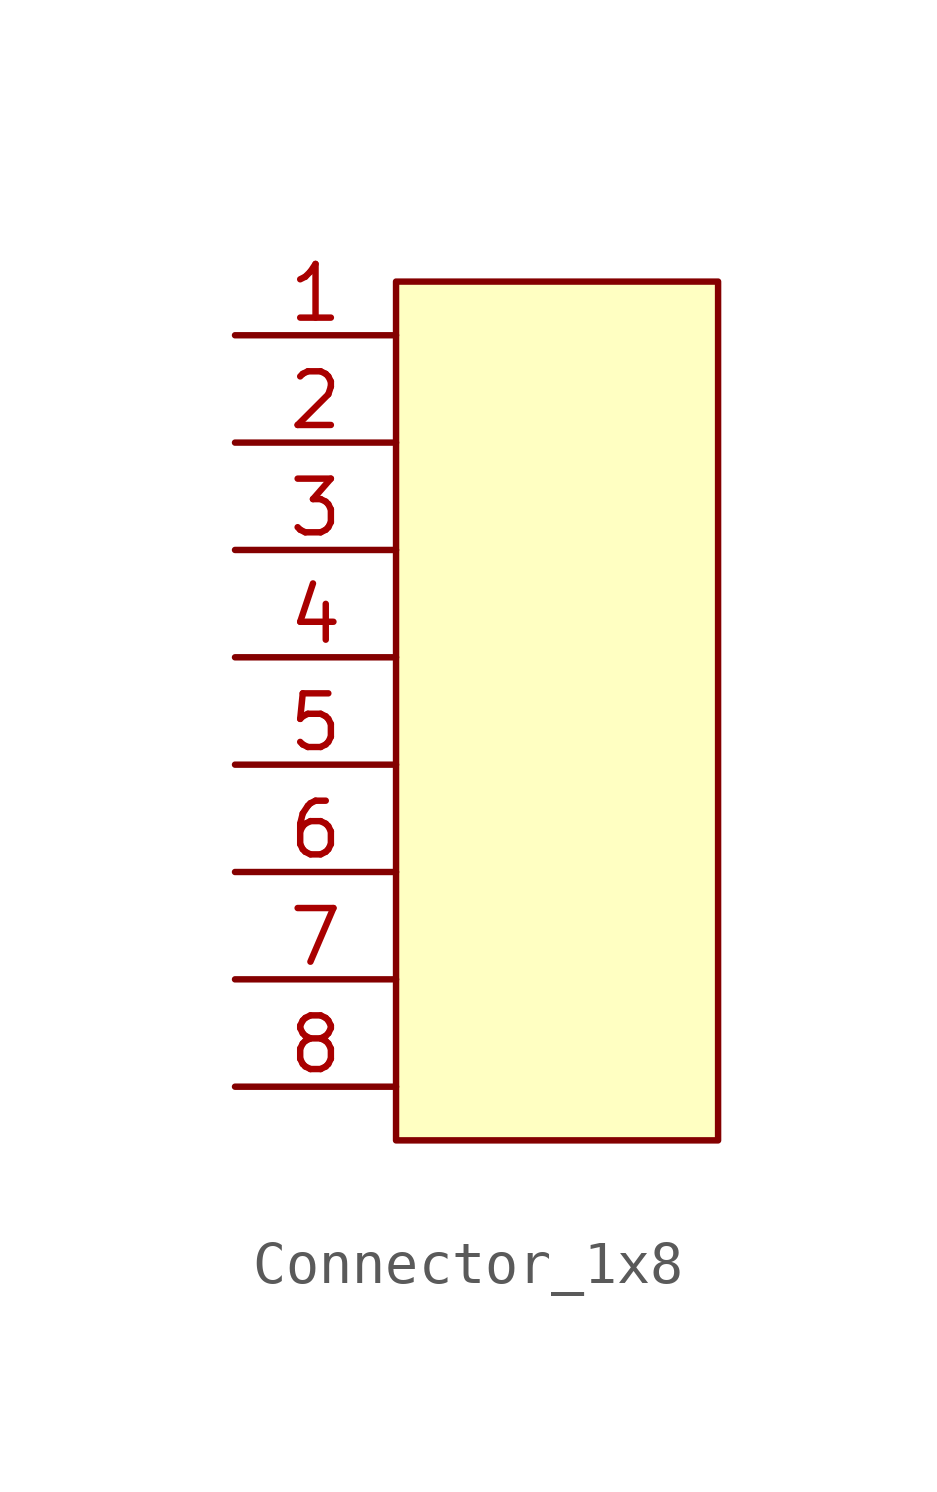
<source format=kicad_sym>
(kicad_symbol_lib
  (version 20211014)
  (generator kicad_symbol_editor)
  (symbol "Connector_1x8"
    (pin_names
      (offset 1.016) hide)
    (property "Reference" "J"
      (at 3.81 5.08 0)
      (effects (font (size 1.27 1.27)) hide))
    (symbol "Connector_1x8_1_1"
      (rectangle (start 0 0) (end 7.62 -20.32) (stroke (width 0) (type default) (color 0 0 0 0)) (fill (type background)))
      (pin passive line (at -3.81 -1.27 0) (length 3.81) (name "Pin_1" (effects (font (size 1.27 1.27)))) (number "1" (effects (font (size 1.27 1.27)))))
      (pin passive line (at -3.81 -3.81 0) (length 3.81) (name "Pin_2" (effects (font (size 1.27 1.27)))) (number "2" (effects (font (size 1.27 1.27)))))
      (pin passive line (at -3.81 -6.35 0) (length 3.81) (name "Pin_3" (effects (font (size 1.27 1.27)))) (number "3" (effects (font (size 1.27 1.27)))))
      (pin passive line (at -3.81 -8.89 0) (length 3.81) (name "Pin_4" (effects (font (size 1.27 1.27)))) (number "4" (effects (font (size 1.27 1.27)))))
      (pin passive line (at -3.81 -11.43 0) (length 3.81) (name "5" (effects (font (size 1.27 1.27)))) (number "5" (effects (font (size 1.27 1.27)))))
      (pin passive line (at -3.81 -13.97 0) (length 3.81) (name "6" (effects (font (size 1.27 1.27)))) (number "6" (effects (font (size 1.27 1.27)))))
      (pin passive line (at -3.81 -16.51 0) (length 3.81) (name "7" (effects (font (size 1.27 1.27)))) (number "7" (effects (font (size 1.27 1.27)))))
      (pin passive line (at -3.81 -19.05 0) (length 3.81) (name "8" (effects (font (size 1.27 1.27)))) (number "8" (effects (font (size 1.27 1.27))))))))
</source>
